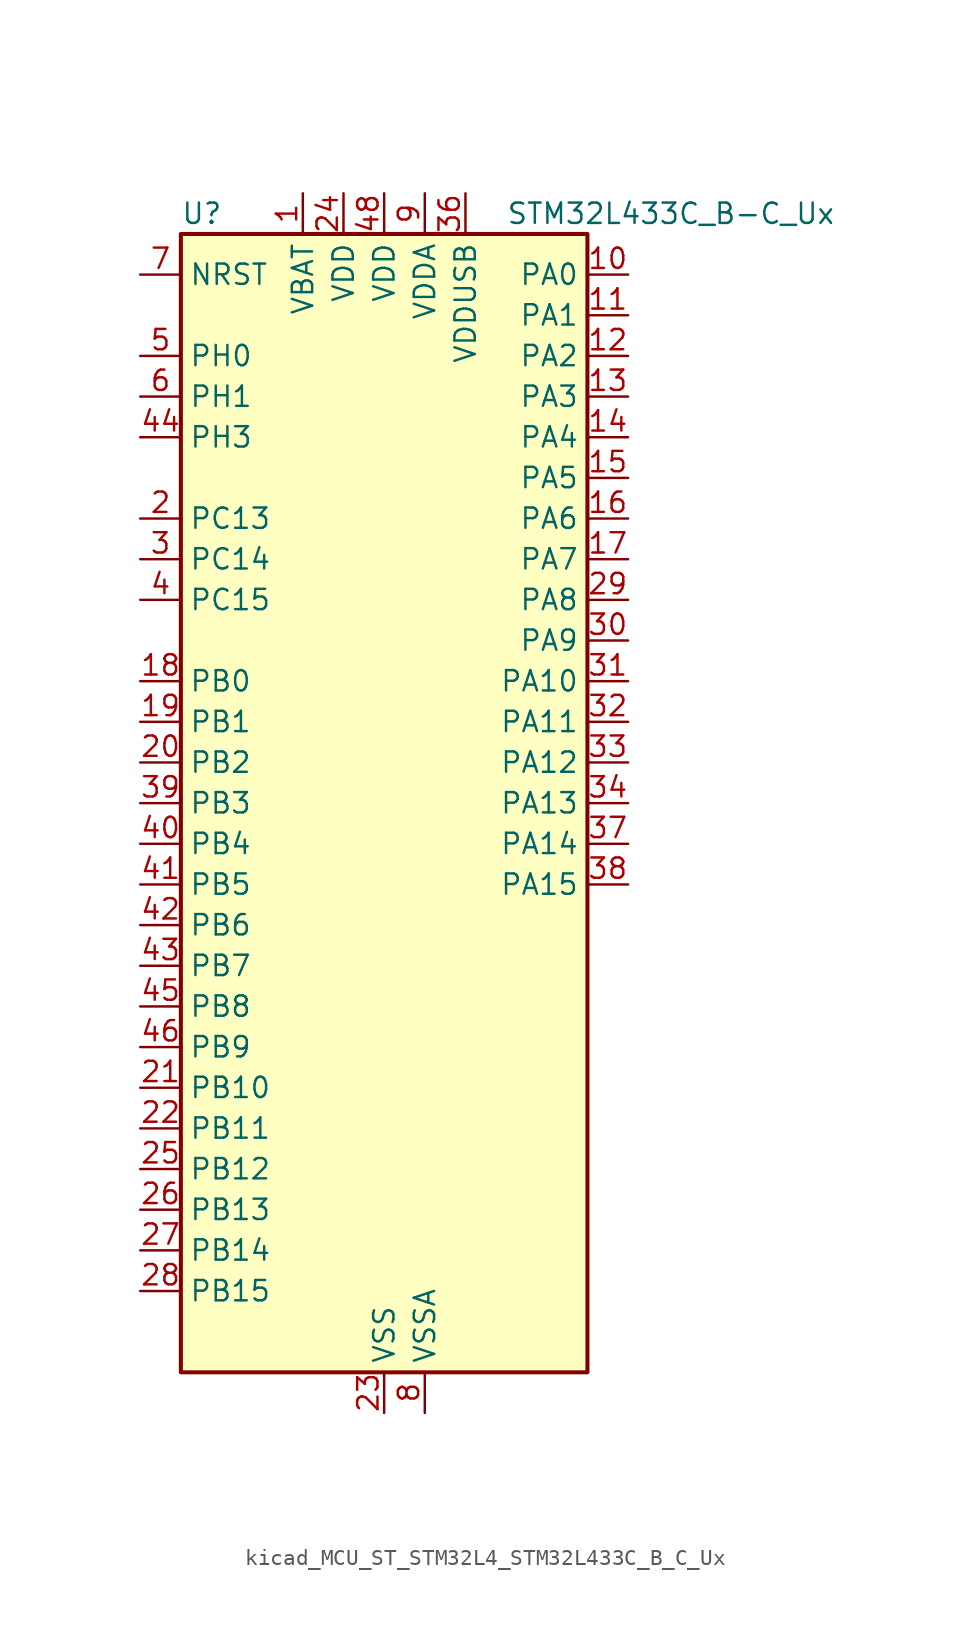
<source format=kicad_sym>
(kicad_symbol_lib
  (version 20220914)
  (generator kicad_symbol_editor)
  (symbol "kicad_MCU_ST_STM32L4_STM32L433C_B_C_Ux"
    (property "Reference" "U"
      (at -12.7 36.83 0)
      (effects (font (size 1.27 1.27)) (justify left)))
    (property "Value" "STM32L433C_B-C_Ux"
      (at 7.62 36.83 0)
      (effects (font (size 1.27 1.27)) (justify left)))
    (property "ki_locked" ""
      (at 0 0 0)
      (effects (font (size 1.27 1.27))))
    (symbol "kicad_MCU_ST_STM32L4_STM32L433C_B_C_Ux_0_1"
      (rectangle (start -12.7 -35.56) (end 12.7 35.56) (stroke (width 0.254) (type default)) (fill (type background))))
    (symbol "kicad_MCU_ST_STM32L4_STM32L433C_B_C_Ux_1_1"
      (pin power_in line (at -5.08 38.1 270) (length 2.54) (name "VBAT" (effects (font (size 1.27 1.27)))) (number "1" (effects (font (size 1.27 1.27)))))
      (pin bidirectional line (at 15.24 33.02 180) (length 2.54) (name "PA0" (effects (font (size 1.27 1.27)))) (number "10" (effects (font (size 1.27 1.27)))) (alternate "ADC1_IN5" bidirectional line) (alternate "COMP1_INM" bidirectional line) (alternate "COMP1_OUT" bidirectional line) (alternate "OPAMP1_VINP" bidirectional line) (alternate "RTC_TAMP2" bidirectional line) (alternate "SAI1_EXTCLK" bidirectional line) (alternate "SYS_WKUP1" bidirectional line) (alternate "TIM2_CH1" bidirectional line) (alternate "TIM2_ETR" bidirectional line) (alternate "USART2_CTS" bidirectional line))
      (pin bidirectional line (at 15.24 30.48 180) (length 2.54) (name "PA1" (effects (font (size 1.27 1.27)))) (number "11" (effects (font (size 1.27 1.27)))) (alternate "ADC1_IN6" bidirectional line) (alternate "COMP1_INP" bidirectional line) (alternate "I2C1_SMBA" bidirectional line) (alternate "LCD_SEG0" bidirectional line) (alternate "OPAMP1_VINM" bidirectional line) (alternate "SPI1_SCK" bidirectional line) (alternate "TIM15_CH1N" bidirectional line) (alternate "TIM2_CH2" bidirectional line) (alternate "USART2_DE" bidirectional line) (alternate "USART2_RTS" bidirectional line))
      (pin bidirectional line (at 15.24 27.94 180) (length 2.54) (name "PA2" (effects (font (size 1.27 1.27)))) (number "12" (effects (font (size 1.27 1.27)))) (alternate "ADC1_IN7" bidirectional line) (alternate "COMP2_INM" bidirectional line) (alternate "COMP2_OUT" bidirectional line) (alternate "LCD_SEG1" bidirectional line) (alternate "LPUART1_TX" bidirectional line) (alternate "QUADSPI_BK1_NCS" bidirectional line) (alternate "RCC_LSCO" bidirectional line) (alternate "SYS_WKUP4" bidirectional line) (alternate "TIM15_CH1" bidirectional line) (alternate "TIM2_CH3" bidirectional line) (alternate "USART2_TX" bidirectional line))
      (pin bidirectional line (at 15.24 25.4 180) (length 2.54) (name "PA3" (effects (font (size 1.27 1.27)))) (number "13" (effects (font (size 1.27 1.27)))) (alternate "ADC1_IN8" bidirectional line) (alternate "COMP2_INP" bidirectional line) (alternate "LCD_SEG2" bidirectional line) (alternate "LPUART1_RX" bidirectional line) (alternate "OPAMP1_VOUT" bidirectional line) (alternate "QUADSPI_CLK" bidirectional line) (alternate "SAI1_MCLK_A" bidirectional line) (alternate "TIM15_CH2" bidirectional line) (alternate "TIM2_CH4" bidirectional line) (alternate "USART2_RX" bidirectional line))
      (pin bidirectional line (at 15.24 22.86 180) (length 2.54) (name "PA4" (effects (font (size 1.27 1.27)))) (number "14" (effects (font (size 1.27 1.27)))) (alternate "ADC1_IN9" bidirectional line) (alternate "COMP1_INM" bidirectional line) (alternate "COMP2_INM" bidirectional line) (alternate "DAC1_OUT1" bidirectional line) (alternate "LPTIM2_OUT" bidirectional line) (alternate "SAI1_FS_B" bidirectional line) (alternate "SPI1_NSS" bidirectional line) (alternate "SPI3_NSS" bidirectional line) (alternate "USART2_CK" bidirectional line))
      (pin bidirectional line (at 15.24 20.32 180) (length 2.54) (name "PA5" (effects (font (size 1.27 1.27)))) (number "15" (effects (font (size 1.27 1.27)))) (alternate "ADC1_IN10" bidirectional line) (alternate "COMP1_INM" bidirectional line) (alternate "COMP2_INM" bidirectional line) (alternate "DAC1_OUT2" bidirectional line) (alternate "LPTIM2_ETR" bidirectional line) (alternate "SPI1_SCK" bidirectional line) (alternate "TIM2_CH1" bidirectional line) (alternate "TIM2_ETR" bidirectional line))
      (pin bidirectional line (at 15.24 17.78 180) (length 2.54) (name "PA6" (effects (font (size 1.27 1.27)))) (number "16" (effects (font (size 1.27 1.27)))) (alternate "ADC1_IN11" bidirectional line) (alternate "COMP1_OUT" bidirectional line) (alternate "LCD_SEG3" bidirectional line) (alternate "LPUART1_CTS" bidirectional line) (alternate "QUADSPI_BK1_IO3" bidirectional line) (alternate "SPI1_MISO" bidirectional line) (alternate "TIM16_CH1" bidirectional line) (alternate "TIM1_BKIN" bidirectional line) (alternate "TIM1_BKIN_COMP2" bidirectional line) (alternate "USART3_CTS" bidirectional line))
      (pin bidirectional line (at 15.24 15.24 180) (length 2.54) (name "PA7" (effects (font (size 1.27 1.27)))) (number "17" (effects (font (size 1.27 1.27)))) (alternate "ADC1_IN12" bidirectional line) (alternate "COMP2_OUT" bidirectional line) (alternate "I2C3_SCL" bidirectional line) (alternate "LCD_SEG4" bidirectional line) (alternate "QUADSPI_BK1_IO2" bidirectional line) (alternate "SPI1_MOSI" bidirectional line) (alternate "TIM1_CH1N" bidirectional line))
      (pin bidirectional line (at -15.24 7.62 0) (length 2.54) (name "PB0" (effects (font (size 1.27 1.27)))) (number "18" (effects (font (size 1.27 1.27)))) (alternate "ADC1_IN15" bidirectional line) (alternate "COMP1_OUT" bidirectional line) (alternate "LCD_SEG5" bidirectional line) (alternate "QUADSPI_BK1_IO1" bidirectional line) (alternate "SAI1_EXTCLK" bidirectional line) (alternate "SPI1_NSS" bidirectional line) (alternate "TIM1_CH2N" bidirectional line) (alternate "USART3_CK" bidirectional line))
      (pin bidirectional line (at -15.24 5.08 0) (length 2.54) (name "PB1" (effects (font (size 1.27 1.27)))) (number "19" (effects (font (size 1.27 1.27)))) (alternate "ADC1_IN16" bidirectional line) (alternate "COMP1_INM" bidirectional line) (alternate "LCD_SEG6" bidirectional line) (alternate "LPTIM2_IN1" bidirectional line) (alternate "LPUART1_DE" bidirectional line) (alternate "LPUART1_RTS" bidirectional line) (alternate "QUADSPI_BK1_IO0" bidirectional line) (alternate "TIM1_CH3N" bidirectional line) (alternate "USART3_DE" bidirectional line) (alternate "USART3_RTS" bidirectional line))
      (pin bidirectional line (at -15.24 17.78 0) (length 2.54) (name "PC13" (effects (font (size 1.27 1.27)))) (number "2" (effects (font (size 1.27 1.27)))) (alternate "RTC_OUT_ALARM" bidirectional line) (alternate "RTC_OUT_CALIB" bidirectional line) (alternate "RTC_TAMP1" bidirectional line) (alternate "RTC_TS" bidirectional line) (alternate "SYS_WKUP2" bidirectional line))
      (pin bidirectional line (at -15.24 2.54 0) (length 2.54) (name "PB2" (effects (font (size 1.27 1.27)))) (number "20" (effects (font (size 1.27 1.27)))) (alternate "COMP1_INP" bidirectional line) (alternate "I2C3_SMBA" bidirectional line) (alternate "LCD_VLCD" bidirectional line) (alternate "LPTIM1_OUT" bidirectional line) (alternate "RTC_OUT_ALARM" bidirectional line) (alternate "RTC_OUT_CALIB" bidirectional line))
      (pin bidirectional line (at -15.24 -17.78 0) (length 2.54) (name "PB10" (effects (font (size 1.27 1.27)))) (number "21" (effects (font (size 1.27 1.27)))) (alternate "COMP1_OUT" bidirectional line) (alternate "I2C2_SCL" bidirectional line) (alternate "LCD_SEG10" bidirectional line) (alternate "LPUART1_RX" bidirectional line) (alternate "QUADSPI_CLK" bidirectional line) (alternate "SAI1_SCK_A" bidirectional line) (alternate "SPI2_SCK" bidirectional line) (alternate "TIM2_CH3" bidirectional line) (alternate "TSC_SYNC" bidirectional line) (alternate "USART3_TX" bidirectional line))
      (pin bidirectional line (at -15.24 -20.32 0) (length 2.54) (name "PB11" (effects (font (size 1.27 1.27)))) (number "22" (effects (font (size 1.27 1.27)))) (alternate "ADC1_EXTI11" bidirectional line) (alternate "COMP2_OUT" bidirectional line) (alternate "I2C2_SDA" bidirectional line) (alternate "LCD_SEG11" bidirectional line) (alternate "LPUART1_TX" bidirectional line) (alternate "QUADSPI_BK1_NCS" bidirectional line) (alternate "TIM2_CH4" bidirectional line) (alternate "USART3_RX" bidirectional line))
      (pin power_in line (at 0 -38.1 90) (length 2.54) (name "VSS" (effects (font (size 1.27 1.27)))) (number "23" (effects (font (size 1.27 1.27)))))
      (pin power_in line (at -2.54 38.1 270) (length 2.54) (name "VDD" (effects (font (size 1.27 1.27)))) (number "24" (effects (font (size 1.27 1.27)))))
      (pin bidirectional line (at -15.24 -22.86 0) (length 2.54) (name "PB12" (effects (font (size 1.27 1.27)))) (number "25" (effects (font (size 1.27 1.27)))) (alternate "I2C2_SMBA" bidirectional line) (alternate "LCD_SEG12" bidirectional line) (alternate "LPUART1_DE" bidirectional line) (alternate "LPUART1_RTS" bidirectional line) (alternate "SAI1_FS_A" bidirectional line) (alternate "SPI2_NSS" bidirectional line) (alternate "SWPMI1_IO" bidirectional line) (alternate "TIM15_BKIN" bidirectional line) (alternate "TIM1_BKIN" bidirectional line) (alternate "TIM1_BKIN_COMP2" bidirectional line) (alternate "TSC_G1_IO1" bidirectional line) (alternate "USART3_CK" bidirectional line))
      (pin bidirectional line (at -15.24 -25.4 0) (length 2.54) (name "PB13" (effects (font (size 1.27 1.27)))) (number "26" (effects (font (size 1.27 1.27)))) (alternate "I2C2_SCL" bidirectional line) (alternate "LCD_SEG13" bidirectional line) (alternate "LPUART1_CTS" bidirectional line) (alternate "SAI1_SCK_A" bidirectional line) (alternate "SPI2_SCK" bidirectional line) (alternate "SWPMI1_TX" bidirectional line) (alternate "TIM15_CH1N" bidirectional line) (alternate "TIM1_CH1N" bidirectional line) (alternate "TSC_G1_IO2" bidirectional line) (alternate "USART3_CTS" bidirectional line))
      (pin bidirectional line (at -15.24 -27.94 0) (length 2.54) (name "PB14" (effects (font (size 1.27 1.27)))) (number "27" (effects (font (size 1.27 1.27)))) (alternate "I2C2_SDA" bidirectional line) (alternate "LCD_SEG14" bidirectional line) (alternate "SAI1_MCLK_A" bidirectional line) (alternate "SPI2_MISO" bidirectional line) (alternate "SWPMI1_RX" bidirectional line) (alternate "TIM15_CH1" bidirectional line) (alternate "TIM1_CH2N" bidirectional line) (alternate "TSC_G1_IO3" bidirectional line) (alternate "USART3_DE" bidirectional line) (alternate "USART3_RTS" bidirectional line))
      (pin bidirectional line (at -15.24 -30.48 0) (length 2.54) (name "PB15" (effects (font (size 1.27 1.27)))) (number "28" (effects (font (size 1.27 1.27)))) (alternate "ADC1_EXTI15" bidirectional line) (alternate "LCD_SEG15" bidirectional line) (alternate "RTC_REFIN" bidirectional line) (alternate "SAI1_SD_A" bidirectional line) (alternate "SPI2_MOSI" bidirectional line) (alternate "SWPMI1_SUSPEND" bidirectional line) (alternate "TIM15_CH2" bidirectional line) (alternate "TIM1_CH3N" bidirectional line) (alternate "TSC_G1_IO4" bidirectional line))
      (pin bidirectional line (at 15.24 12.7 180) (length 2.54) (name "PA8" (effects (font (size 1.27 1.27)))) (number "29" (effects (font (size 1.27 1.27)))) (alternate "LCD_COM0" bidirectional line) (alternate "LPTIM2_OUT" bidirectional line) (alternate "RCC_MCO" bidirectional line) (alternate "SAI1_SCK_A" bidirectional line) (alternate "SWPMI1_IO" bidirectional line) (alternate "TIM1_CH1" bidirectional line) (alternate "USART1_CK" bidirectional line))
      (pin bidirectional line (at -15.24 15.24 0) (length 2.54) (name "PC14" (effects (font (size 1.27 1.27)))) (number "3" (effects (font (size 1.27 1.27)))) (alternate "RCC_OSC32_IN" bidirectional line))
      (pin bidirectional line (at 15.24 10.16 180) (length 2.54) (name "PA9" (effects (font (size 1.27 1.27)))) (number "30" (effects (font (size 1.27 1.27)))) (alternate "DAC1_EXTI9" bidirectional line) (alternate "I2C1_SCL" bidirectional line) (alternate "LCD_COM1" bidirectional line) (alternate "SAI1_FS_A" bidirectional line) (alternate "TIM15_BKIN" bidirectional line) (alternate "TIM1_CH2" bidirectional line) (alternate "USART1_TX" bidirectional line))
      (pin bidirectional line (at 15.24 7.62 180) (length 2.54) (name "PA10" (effects (font (size 1.27 1.27)))) (number "31" (effects (font (size 1.27 1.27)))) (alternate "CRS_SYNC" bidirectional line) (alternate "I2C1_SDA" bidirectional line) (alternate "LCD_COM2" bidirectional line) (alternate "SAI1_SD_A" bidirectional line) (alternate "TIM1_CH3" bidirectional line) (alternate "USART1_RX" bidirectional line))
      (pin bidirectional line (at 15.24 5.08 180) (length 2.54) (name "PA11" (effects (font (size 1.27 1.27)))) (number "32" (effects (font (size 1.27 1.27)))) (alternate "ADC1_EXTI11" bidirectional line) (alternate "CAN1_RX" bidirectional line) (alternate "COMP1_OUT" bidirectional line) (alternate "SPI1_MISO" bidirectional line) (alternate "TIM1_BKIN2" bidirectional line) (alternate "TIM1_BKIN2_COMP1" bidirectional line) (alternate "TIM1_CH4" bidirectional line) (alternate "USART1_CTS" bidirectional line) (alternate "USB_DM" bidirectional line))
      (pin bidirectional line (at 15.24 2.54 180) (length 2.54) (name "PA12" (effects (font (size 1.27 1.27)))) (number "33" (effects (font (size 1.27 1.27)))) (alternate "CAN1_TX" bidirectional line) (alternate "SPI1_MOSI" bidirectional line) (alternate "TIM1_ETR" bidirectional line) (alternate "USART1_DE" bidirectional line) (alternate "USART1_RTS" bidirectional line) (alternate "USB_DP" bidirectional line))
      (pin bidirectional line (at 15.24 0 180) (length 2.54) (name "PA13" (effects (font (size 1.27 1.27)))) (number "34" (effects (font (size 1.27 1.27)))) (alternate "IR_OUT" bidirectional line) (alternate "SAI1_SD_B" bidirectional line) (alternate "SWPMI1_TX" bidirectional line) (alternate "SYS_JTMS-SWDIO" bidirectional line) (alternate "USB_NOE" bidirectional line))
      (pin passive line (at 0 -38.1 90) (length 2.54) hide (name "VSS" (effects (font (size 1.27 1.27)))) (number "35" (effects (font (size 1.27 1.27)))))
      (pin power_in line (at 5.08 38.1 270) (length 2.54) (name "VDDUSB" (effects (font (size 1.27 1.27)))) (number "36" (effects (font (size 1.27 1.27)))))
      (pin bidirectional line (at 15.24 -2.54 180) (length 2.54) (name "PA14" (effects (font (size 1.27 1.27)))) (number "37" (effects (font (size 1.27 1.27)))) (alternate "I2C1_SMBA" bidirectional line) (alternate "LPTIM1_OUT" bidirectional line) (alternate "SAI1_FS_B" bidirectional line) (alternate "SWPMI1_RX" bidirectional line) (alternate "SYS_JTCK-SWCLK" bidirectional line))
      (pin bidirectional line (at 15.24 -5.08 180) (length 2.54) (name "PA15" (effects (font (size 1.27 1.27)))) (number "38" (effects (font (size 1.27 1.27)))) (alternate "ADC1_EXTI15" bidirectional line) (alternate "LCD_SEG17" bidirectional line) (alternate "SPI1_NSS" bidirectional line) (alternate "SPI3_NSS" bidirectional line) (alternate "SWPMI1_SUSPEND" bidirectional line) (alternate "SYS_JTDI" bidirectional line) (alternate "TIM2_CH1" bidirectional line) (alternate "TIM2_ETR" bidirectional line) (alternate "USART2_RX" bidirectional line) (alternate "USART3_DE" bidirectional line) (alternate "USART3_RTS" bidirectional line))
      (pin bidirectional line (at -15.24 0 0) (length 2.54) (name "PB3" (effects (font (size 1.27 1.27)))) (number "39" (effects (font (size 1.27 1.27)))) (alternate "COMP2_INM" bidirectional line) (alternate "LCD_SEG7" bidirectional line) (alternate "SAI1_SCK_B" bidirectional line) (alternate "SPI1_SCK" bidirectional line) (alternate "SPI3_SCK" bidirectional line) (alternate "SYS_JTDO-SWO" bidirectional line) (alternate "TIM2_CH2" bidirectional line) (alternate "USART1_DE" bidirectional line) (alternate "USART1_RTS" bidirectional line))
      (pin bidirectional line (at -15.24 12.7 0) (length 2.54) (name "PC15" (effects (font (size 1.27 1.27)))) (number "4" (effects (font (size 1.27 1.27)))) (alternate "ADC1_EXTI15" bidirectional line) (alternate "RCC_OSC32_OUT" bidirectional line))
      (pin bidirectional line (at -15.24 -2.54 0) (length 2.54) (name "PB4" (effects (font (size 1.27 1.27)))) (number "40" (effects (font (size 1.27 1.27)))) (alternate "COMP2_INP" bidirectional line) (alternate "I2C3_SDA" bidirectional line) (alternate "LCD_SEG8" bidirectional line) (alternate "SAI1_MCLK_B" bidirectional line) (alternate "SPI1_MISO" bidirectional line) (alternate "SPI3_MISO" bidirectional line) (alternate "SYS_JTRST" bidirectional line) (alternate "TSC_G2_IO1" bidirectional line) (alternate "USART1_CTS" bidirectional line))
      (pin bidirectional line (at -15.24 -5.08 0) (length 2.54) (name "PB5" (effects (font (size 1.27 1.27)))) (number "41" (effects (font (size 1.27 1.27)))) (alternate "COMP2_OUT" bidirectional line) (alternate "I2C1_SMBA" bidirectional line) (alternate "LCD_SEG9" bidirectional line) (alternate "LPTIM1_IN1" bidirectional line) (alternate "SAI1_SD_B" bidirectional line) (alternate "SPI1_MOSI" bidirectional line) (alternate "SPI3_MOSI" bidirectional line) (alternate "TIM16_BKIN" bidirectional line) (alternate "TSC_G2_IO2" bidirectional line) (alternate "USART1_CK" bidirectional line))
      (pin bidirectional line (at -15.24 -7.62 0) (length 2.54) (name "PB6" (effects (font (size 1.27 1.27)))) (number "42" (effects (font (size 1.27 1.27)))) (alternate "COMP2_INP" bidirectional line) (alternate "I2C1_SCL" bidirectional line) (alternate "LPTIM1_ETR" bidirectional line) (alternate "SAI1_FS_B" bidirectional line) (alternate "TIM16_CH1N" bidirectional line) (alternate "TSC_G2_IO3" bidirectional line) (alternate "USART1_TX" bidirectional line))
      (pin bidirectional line (at -15.24 -10.16 0) (length 2.54) (name "PB7" (effects (font (size 1.27 1.27)))) (number "43" (effects (font (size 1.27 1.27)))) (alternate "COMP2_INM" bidirectional line) (alternate "I2C1_SDA" bidirectional line) (alternate "LCD_SEG21" bidirectional line) (alternate "LPTIM1_IN2" bidirectional line) (alternate "SYS_PVD_IN" bidirectional line) (alternate "TSC_G2_IO4" bidirectional line) (alternate "USART1_RX" bidirectional line))
      (pin bidirectional line (at -15.24 22.86 0) (length 2.54) (name "PH3" (effects (font (size 1.27 1.27)))) (number "44" (effects (font (size 1.27 1.27)))))
      (pin bidirectional line (at -15.24 -12.7 0) (length 2.54) (name "PB8" (effects (font (size 1.27 1.27)))) (number "45" (effects (font (size 1.27 1.27)))) (alternate "CAN1_RX" bidirectional line) (alternate "I2C1_SCL" bidirectional line) (alternate "LCD_SEG16" bidirectional line) (alternate "SAI1_MCLK_A" bidirectional line) (alternate "TIM16_CH1" bidirectional line))
      (pin bidirectional line (at -15.24 -15.24 0) (length 2.54) (name "PB9" (effects (font (size 1.27 1.27)))) (number "46" (effects (font (size 1.27 1.27)))) (alternate "CAN1_TX" bidirectional line) (alternate "DAC1_EXTI9" bidirectional line) (alternate "I2C1_SDA" bidirectional line) (alternate "IR_OUT" bidirectional line) (alternate "LCD_COM3" bidirectional line) (alternate "SAI1_FS_A" bidirectional line) (alternate "SPI2_NSS" bidirectional line))
      (pin passive line (at 0 -38.1 90) (length 2.54) hide (name "VSS" (effects (font (size 1.27 1.27)))) (number "47" (effects (font (size 1.27 1.27)))))
      (pin power_in line (at 0 38.1 270) (length 2.54) (name "VDD" (effects (font (size 1.27 1.27)))) (number "48" (effects (font (size 1.27 1.27)))))
      (pin passive line (at 0 -38.1 90) (length 2.54) hide (name "VSS" (effects (font (size 1.27 1.27)))) (number "49" (effects (font (size 1.27 1.27)))))
      (pin bidirectional line (at -15.24 27.94 0) (length 2.54) (name "PH0" (effects (font (size 1.27 1.27)))) (number "5" (effects (font (size 1.27 1.27)))) (alternate "RCC_OSC_IN" bidirectional line))
      (pin bidirectional line (at -15.24 25.4 0) (length 2.54) (name "PH1" (effects (font (size 1.27 1.27)))) (number "6" (effects (font (size 1.27 1.27)))) (alternate "RCC_OSC_OUT" bidirectional line))
      (pin input line (at -15.24 33.02 0) (length 2.54) (name "NRST" (effects (font (size 1.27 1.27)))) (number "7" (effects (font (size 1.27 1.27)))))
      (pin power_in line (at 2.54 -38.1 90) (length 2.54) (name "VSSA" (effects (font (size 1.27 1.27)))) (number "8" (effects (font (size 1.27 1.27)))))
      (pin power_in line (at 2.54 38.1 270) (length 2.54) (name "VDDA" (effects (font (size 1.27 1.27)))) (number "9" (effects (font (size 1.27 1.27))))))))
</source>
